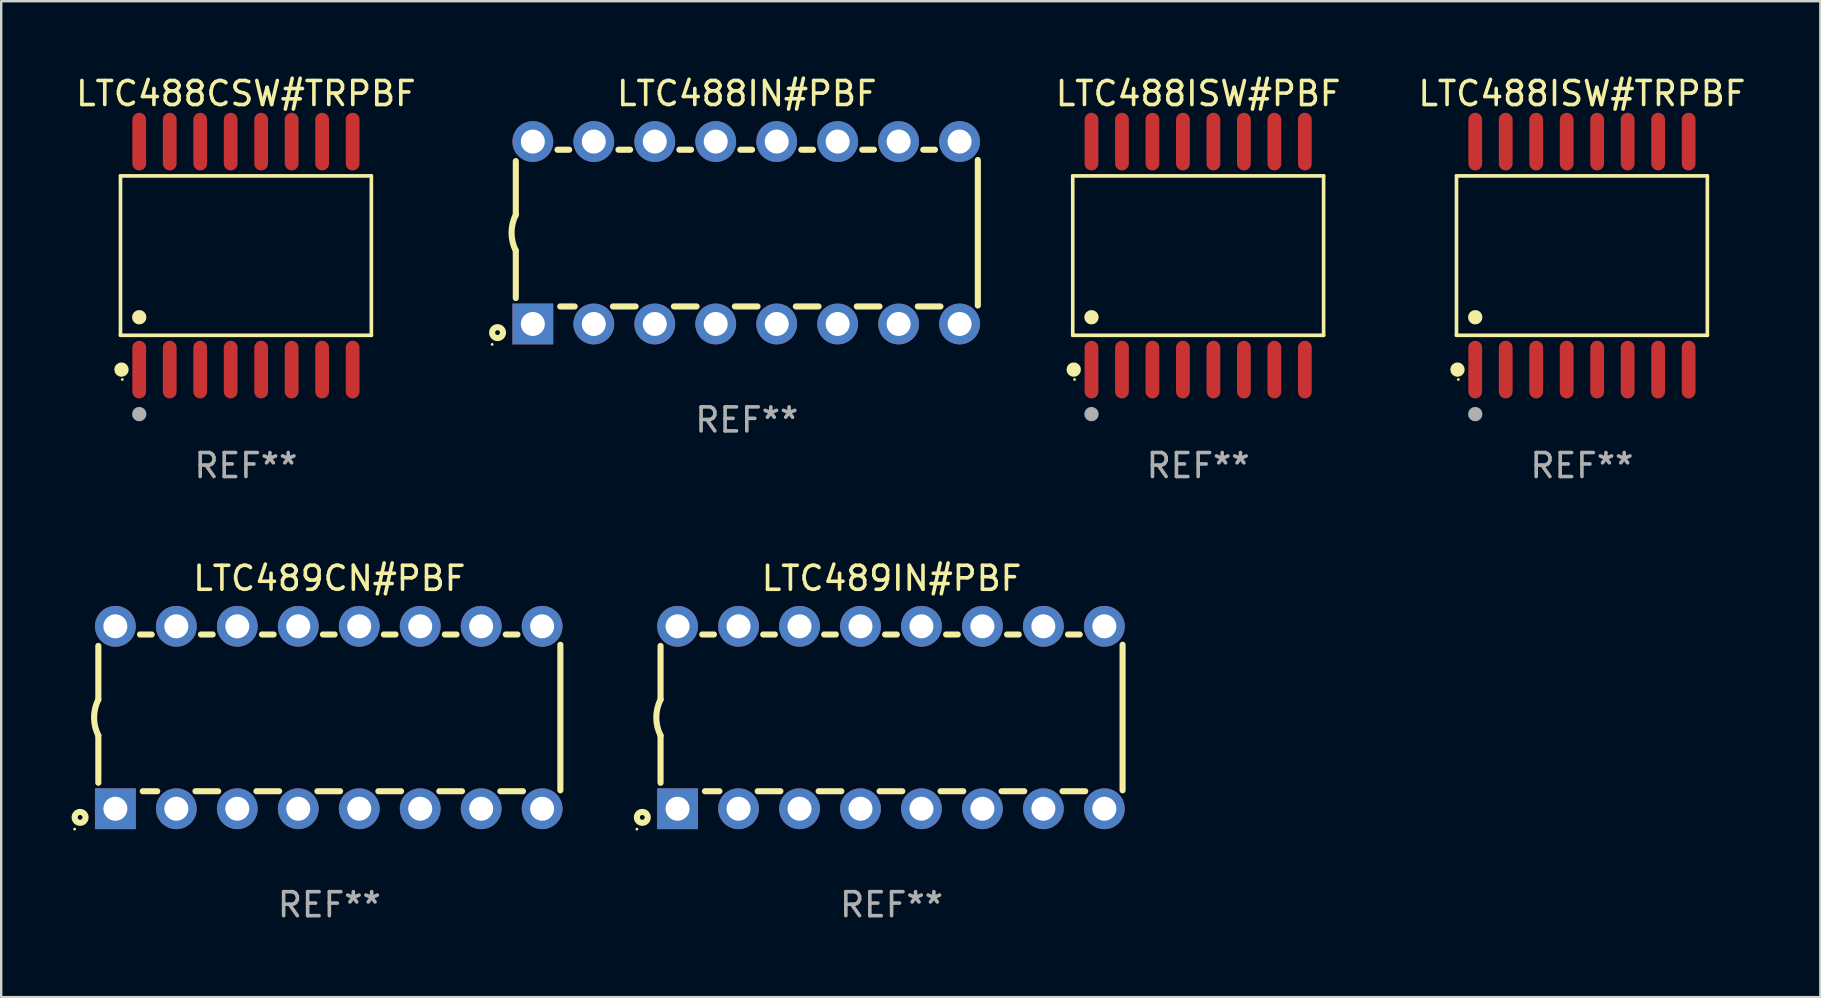
<source format=kicad_pcb>
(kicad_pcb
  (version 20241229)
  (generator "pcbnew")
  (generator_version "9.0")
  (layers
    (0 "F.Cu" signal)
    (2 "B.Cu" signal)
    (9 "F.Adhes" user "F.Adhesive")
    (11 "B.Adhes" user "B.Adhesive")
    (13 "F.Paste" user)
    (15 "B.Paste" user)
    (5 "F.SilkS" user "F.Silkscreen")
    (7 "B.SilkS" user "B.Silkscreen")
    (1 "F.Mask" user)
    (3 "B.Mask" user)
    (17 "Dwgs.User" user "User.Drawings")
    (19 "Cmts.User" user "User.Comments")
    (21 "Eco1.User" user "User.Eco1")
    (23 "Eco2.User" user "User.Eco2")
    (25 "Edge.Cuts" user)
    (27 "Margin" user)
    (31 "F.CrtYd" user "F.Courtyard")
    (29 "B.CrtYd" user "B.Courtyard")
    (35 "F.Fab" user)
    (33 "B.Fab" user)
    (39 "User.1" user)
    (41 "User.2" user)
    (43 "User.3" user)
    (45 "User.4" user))
  (footprint "LTC488ISW#PBF"
    (layer "F.Cu")
    (at 46.87 7.599)
    (property "Reference" "LTC488ISW#PBF" (at 0 -6.75 0) (layer "F.SilkS") (effects (font (size 1 1) (thickness 0.15))))
    (attr through_hole)
    (fp_line (start -5.226 -3.321) (end 5.226 -3.321) (stroke (width 0.152) (type solid)) (layer "F.SilkS"))
    (fp_line (start -5.226 3.321) (end -5.226 -3.321) (stroke (width 0.152) (type solid)) (layer "F.SilkS"))
    (fp_line (start 5.226 -3.321) (end 5.226 3.321) (stroke (width 0.152) (type solid)) (layer "F.SilkS"))
    (fp_line (start 5.226 3.321) (end -5.226 3.321) (stroke (width 0.152) (type solid)) (layer "F.SilkS"))
    (fp_circle (center -5.184 4.75) (end -5.034 4.75) (stroke (width 0.3) (type solid)) (fill no) (layer "F.SilkS"))
    (fp_circle (center -5.15 5.162) (end -5.12 5.162) (stroke (width 0.06) (type solid)) (fill no) (layer "F.SilkS"))
    (fp_circle (center -4.445 2.569) (end -4.295 2.569) (stroke (width 0.3) (type solid)) (fill no) (layer "F.SilkS"))
    (fp_circle (center -4.445 6.604) (end -4.295 6.604) (stroke (width 0.3) (type solid)) (fill no) (layer "F.Fab"))
    (fp_text user "REF**" (at 0 8.75 0) (layer "F.Fab") (effects (font (size 1 1) (thickness 0.15))))
    (pad "1" smd oval (at -4.445 4.75) (size 0.574 2.401) (layers "F.Cu" "F.Mask" "F.Paste"))
    (pad "2" smd oval (at -3.175 4.75) (size 0.574 2.401) (layers "F.Cu" "F.Mask" "F.Paste"))
    (pad "3" smd oval (at -1.905 4.75) (size 0.574 2.401) (layers "F.Cu" "F.Mask" "F.Paste"))
    (pad "4" smd oval (at -0.635 4.75) (size 0.574 2.401) (layers "F.Cu" "F.Mask" "F.Paste"))
    (pad "5" smd oval (at 0.635 4.75) (size 0.574 2.401) (layers "F.Cu" "F.Mask" "F.Paste"))
    (pad "6" smd oval (at 1.905 4.75) (size 0.574 2.401) (layers "F.Cu" "F.Mask" "F.Paste"))
    (pad "7" smd oval (at 3.175 4.75) (size 0.574 2.401) (layers "F.Cu" "F.Mask" "F.Paste"))
    (pad "8" smd oval (at 4.445 4.75) (size 0.574 2.401) (layers "F.Cu" "F.Mask" "F.Paste"))
    (pad "9" smd oval (at 4.445 -4.75) (size 0.574 2.401) (layers "F.Cu" "F.Mask" "F.Paste"))
    (pad "10" smd oval (at 3.175 -4.75) (size 0.574 2.401) (layers "F.Cu" "F.Mask" "F.Paste"))
    (pad "11" smd oval (at 1.905 -4.75) (size 0.574 2.401) (layers "F.Cu" "F.Mask" "F.Paste"))
    (pad "12" smd oval (at 0.635 -4.75) (size 0.574 2.401) (layers "F.Cu" "F.Mask" "F.Paste"))
    (pad "13" smd oval (at -0.635 -4.75) (size 0.574 2.401) (layers "F.Cu" "F.Mask" "F.Paste"))
    (pad "14" smd oval (at -1.905 -4.75) (size 0.574 2.401) (layers "F.Cu" "F.Mask" "F.Paste"))
    (pad "15" smd oval (at -3.175 -4.75) (size 0.574 2.401) (layers "F.Cu" "F.Mask" "F.Paste"))
    (pad "16" smd oval (at -4.445 -4.75) (size 0.574 2.401) (layers "F.Cu" "F.Mask" "F.Paste")))
  (footprint "LTC489IN#PBF"
    (layer "F.Cu")
    (at 34.096 26.845)
    (property "Reference" "LTC489IN#PBF" (at 0 -5.8 0) (layer "F.SilkS") (effects (font (size 1 1) (thickness 0.15))))
    (attr through_hole)
    (fp_line (start -9.625 -0.75) (end -9.625 -2.985) (stroke (width 0.254) (type solid)) (layer "F.SilkS"))
    (fp_line (start -9.625 0.749) (end -9.625 2.719) (stroke (width 0.254) (type solid)) (layer "F.SilkS"))
    (fp_line (start -7.889 -3.46) (end -7.401 -3.46) (stroke (width 0.254) (type solid)) (layer "F.SilkS"))
    (fp_line (start -7.775 3.07) (end -7.172 3.07) (stroke (width 0.254) (type solid)) (layer "F.SilkS"))
    (fp_line (start -5.578 3.07) (end -4.632 3.07) (stroke (width 0.254) (type solid)) (layer "F.SilkS"))
    (fp_line (start -5.349 -3.46) (end -4.861 -3.46) (stroke (width 0.254) (type solid)) (layer "F.SilkS"))
    (fp_line (start -3.038 3.07) (end -2.092 3.07) (stroke (width 0.254) (type solid)) (layer "F.SilkS"))
    (fp_line (start -2.809 -3.46) (end -2.321 -3.46) (stroke (width 0.254) (type solid)) (layer "F.SilkS"))
    (fp_line (start -0.498 3.07) (end 0.448 3.07) (stroke (width 0.254) (type solid)) (layer "F.SilkS"))
    (fp_line (start -0.269 -3.46) (end 0.219 -3.46) (stroke (width 0.254) (type solid)) (layer "F.SilkS"))
    (fp_line (start 2.042 3.07) (end 2.988 3.07) (stroke (width 0.254) (type solid)) (layer "F.SilkS"))
    (fp_line (start 2.271 -3.46) (end 2.759 -3.46) (stroke (width 0.254) (type solid)) (layer "F.SilkS"))
    (fp_line (start 4.582 3.07) (end 5.528 3.07) (stroke (width 0.254) (type solid)) (layer "F.SilkS"))
    (fp_line (start 4.811 -3.46) (end 5.299 -3.46) (stroke (width 0.254) (type solid)) (layer "F.SilkS"))
    (fp_line (start 7.122 3.07) (end 8.068 3.07) (stroke (width 0.254) (type solid)) (layer "F.SilkS"))
    (fp_line (start 7.351 -3.46) (end 7.839 -3.46) (stroke (width 0.254) (type solid)) (layer "F.SilkS"))
    (fp_line (start 9.625 3.032) (end 9.625 -3.032) (stroke (width 0.254) (type solid)) (layer "F.SilkS"))
    (fp_arc (start -9.62498 0.748819) (mid -9.801899 -0.000581) (end -9.625006 -0.749987) (stroke (width 0.254001) (type solid)) (layer "F.SilkS"))
    (fp_circle (center -10.612 4.65) (end -10.582 4.65) (stroke (width 0.06) (type solid)) (fill no) (layer "F.SilkS"))
    (fp_circle (center -10.385 4.16) (end -10.285 4.16) (stroke (width 0.254) (type solid)) (fill no) (layer "F.SilkS"))
    (fp_text user "REF**" (at 0 7.8 0) (layer "F.Fab") (effects (font (size 1 1) (thickness 0.15))))
    (pad "1" thru_hole rect (at -8.915 3.8 90) (size 1.7 1.7) (drill 1) (layers "*.Cu" "*.Mask"))
    (pad "2" thru_hole circle (at -6.375 3.8) (size 1.7 1.7) (drill 1) (layers "*.Cu" "*.Mask"))
    (pad "3" thru_hole circle (at -3.835 3.8) (size 1.7 1.7) (drill 1) (layers "*.Cu" "*.Mask"))
    (pad "4" thru_hole circle (at -1.295 3.8) (size 1.7 1.7) (drill 1) (layers "*.Cu" "*.Mask"))
    (pad "5" thru_hole circle (at 1.245 3.8) (size 1.7 1.7) (drill 1) (layers "*.Cu" "*.Mask"))
    (pad "6" thru_hole circle (at 3.785 3.8) (size 1.7 1.7) (drill 1) (layers "*.Cu" "*.Mask"))
    (pad "7" thru_hole circle (at 6.325 3.8) (size 1.7 1.7) (drill 1) (layers "*.Cu" "*.Mask"))
    (pad "8" thru_hole circle (at 8.865 3.8) (size 1.7 1.7) (drill 1) (layers "*.Cu" "*.Mask"))
    (pad "9" thru_hole circle (at 8.865 -3.8) (size 1.7 1.7) (drill 1) (layers "*.Cu" "*.Mask"))
    (pad "10" thru_hole circle (at 6.325 -3.8) (size 1.7 1.7) (drill 1) (layers "*.Cu" "*.Mask"))
    (pad "11" thru_hole circle (at 3.785 -3.8) (size 1.7 1.7) (drill 1) (layers "*.Cu" "*.Mask"))
    (pad "12" thru_hole circle (at 1.245 -3.8) (size 1.7 1.7) (drill 1) (layers "*.Cu" "*.Mask"))
    (pad "13" thru_hole circle (at -1.295 -3.8) (size 1.7 1.7) (drill 1) (layers "*.Cu" "*.Mask"))
    (pad "14" thru_hole circle (at -3.835 -3.8) (size 1.7 1.7) (drill 1) (layers "*.Cu" "*.Mask"))
    (pad "15" thru_hole circle (at -6.375 -3.8) (size 1.7 1.7) (drill 1) (layers "*.Cu" "*.Mask"))
    (pad "16" thru_hole circle (at -8.915 -3.8) (size 1.7 1.7) (drill 1) (layers "*.Cu" "*.Mask")))
  (footprint "LTC488CSW#TRPBF"
    (layer "F.Cu")
    (at 7.196 7.599)
    (property "Reference" "LTC488CSW#TRPBF" (at 0 -6.75 0) (layer "F.SilkS") (effects (font (size 1 1) (thickness 0.15))))
    (attr through_hole)
    (fp_line (start -5.226 -3.321) (end 5.226 -3.321) (stroke (width 0.152) (type solid)) (layer "F.SilkS"))
    (fp_line (start -5.226 3.321) (end -5.226 -3.321) (stroke (width 0.152) (type solid)) (layer "F.SilkS"))
    (fp_line (start 5.226 -3.321) (end 5.226 3.321) (stroke (width 0.152) (type solid)) (layer "F.SilkS"))
    (fp_line (start 5.226 3.321) (end -5.226 3.321) (stroke (width 0.152) (type solid)) (layer "F.SilkS"))
    (fp_circle (center -5.184 4.75) (end -5.034 4.75) (stroke (width 0.3) (type solid)) (fill no) (layer "F.SilkS"))
    (fp_circle (center -5.15 5.162) (end -5.12 5.162) (stroke (width 0.06) (type solid)) (fill no) (layer "F.SilkS"))
    (fp_circle (center -4.445 2.569) (end -4.295 2.569) (stroke (width 0.3) (type solid)) (fill no) (layer "F.SilkS"))
    (fp_circle (center -4.445 6.604) (end -4.295 6.604) (stroke (width 0.3) (type solid)) (fill no) (layer "F.Fab"))
    (fp_text user "REF**" (at 0 8.75 0) (layer "F.Fab") (effects (font (size 1 1) (thickness 0.15))))
    (pad "1" smd oval (at -4.445 4.75) (size 0.574 2.401) (layers "F.Cu" "F.Mask" "F.Paste"))
    (pad "2" smd oval (at -3.175 4.75) (size 0.574 2.401) (layers "F.Cu" "F.Mask" "F.Paste"))
    (pad "3" smd oval (at -1.905 4.75) (size 0.574 2.401) (layers "F.Cu" "F.Mask" "F.Paste"))
    (pad "4" smd oval (at -0.635 4.75) (size 0.574 2.401) (layers "F.Cu" "F.Mask" "F.Paste"))
    (pad "5" smd oval (at 0.635 4.75) (size 0.574 2.401) (layers "F.Cu" "F.Mask" "F.Paste"))
    (pad "6" smd oval (at 1.905 4.75) (size 0.574 2.401) (layers "F.Cu" "F.Mask" "F.Paste"))
    (pad "7" smd oval (at 3.175 4.75) (size 0.574 2.401) (layers "F.Cu" "F.Mask" "F.Paste"))
    (pad "8" smd oval (at 4.445 4.75) (size 0.574 2.401) (layers "F.Cu" "F.Mask" "F.Paste"))
    (pad "9" smd oval (at 4.445 -4.75) (size 0.574 2.401) (layers "F.Cu" "F.Mask" "F.Paste"))
    (pad "10" smd oval (at 3.175 -4.75) (size 0.574 2.401) (layers "F.Cu" "F.Mask" "F.Paste"))
    (pad "11" smd oval (at 1.905 -4.75) (size 0.574 2.401) (layers "F.Cu" "F.Mask" "F.Paste"))
    (pad "12" smd oval (at 0.635 -4.75) (size 0.574 2.401) (layers "F.Cu" "F.Mask" "F.Paste"))
    (pad "13" smd oval (at -0.635 -4.75) (size 0.574 2.401) (layers "F.Cu" "F.Mask" "F.Paste"))
    (pad "14" smd oval (at -1.905 -4.75) (size 0.574 2.401) (layers "F.Cu" "F.Mask" "F.Paste"))
    (pad "15" smd oval (at -3.175 -4.75) (size 0.574 2.401) (layers "F.Cu" "F.Mask" "F.Paste"))
    (pad "16" smd oval (at -4.445 -4.75) (size 0.574 2.401) (layers "F.Cu" "F.Mask" "F.Paste")))
  (footprint "LTC488ISW#TRPBF"
    (layer "F.Cu")
    (at 62.859 7.599)
    (property "Reference" "LTC488ISW#TRPBF" (at 0 -6.75 0) (layer "F.SilkS") (effects (font (size 1 1) (thickness 0.15))))
    (attr through_hole)
    (fp_line (start -5.226 -3.321) (end 5.226 -3.321) (stroke (width 0.152) (type solid)) (layer "F.SilkS"))
    (fp_line (start -5.226 3.321) (end -5.226 -3.321) (stroke (width 0.152) (type solid)) (layer "F.SilkS"))
    (fp_line (start 5.226 -3.321) (end 5.226 3.321) (stroke (width 0.152) (type solid)) (layer "F.SilkS"))
    (fp_line (start 5.226 3.321) (end -5.226 3.321) (stroke (width 0.152) (type solid)) (layer "F.SilkS"))
    (fp_circle (center -5.184 4.75) (end -5.034 4.75) (stroke (width 0.3) (type solid)) (fill no) (layer "F.SilkS"))
    (fp_circle (center -5.15 5.162) (end -5.12 5.162) (stroke (width 0.06) (type solid)) (fill no) (layer "F.SilkS"))
    (fp_circle (center -4.445 2.569) (end -4.295 2.569) (stroke (width 0.3) (type solid)) (fill no) (layer "F.SilkS"))
    (fp_circle (center -4.445 6.604) (end -4.295 6.604) (stroke (width 0.3) (type solid)) (fill no) (layer "F.Fab"))
    (fp_text user "REF**" (at 0 8.75 0) (layer "F.Fab") (effects (font (size 1 1) (thickness 0.15))))
    (pad "1" smd oval (at -4.445 4.75) (size 0.574 2.401) (layers "F.Cu" "F.Mask" "F.Paste"))
    (pad "2" smd oval (at -3.175 4.75) (size 0.574 2.401) (layers "F.Cu" "F.Mask" "F.Paste"))
    (pad "3" smd oval (at -1.905 4.75) (size 0.574 2.401) (layers "F.Cu" "F.Mask" "F.Paste"))
    (pad "4" smd oval (at -0.635 4.75) (size 0.574 2.401) (layers "F.Cu" "F.Mask" "F.Paste"))
    (pad "5" smd oval (at 0.635 4.75) (size 0.574 2.401) (layers "F.Cu" "F.Mask" "F.Paste"))
    (pad "6" smd oval (at 1.905 4.75) (size 0.574 2.401) (layers "F.Cu" "F.Mask" "F.Paste"))
    (pad "7" smd oval (at 3.175 4.75) (size 0.574 2.401) (layers "F.Cu" "F.Mask" "F.Paste"))
    (pad "8" smd oval (at 4.445 4.75) (size 0.574 2.401) (layers "F.Cu" "F.Mask" "F.Paste"))
    (pad "9" smd oval (at 4.445 -4.75) (size 0.574 2.401) (layers "F.Cu" "F.Mask" "F.Paste"))
    (pad "10" smd oval (at 3.175 -4.75) (size 0.574 2.401) (layers "F.Cu" "F.Mask" "F.Paste"))
    (pad "11" smd oval (at 1.905 -4.75) (size 0.574 2.401) (layers "F.Cu" "F.Mask" "F.Paste"))
    (pad "12" smd oval (at 0.635 -4.75) (size 0.574 2.401) (layers "F.Cu" "F.Mask" "F.Paste"))
    (pad "13" smd oval (at -0.635 -4.75) (size 0.574 2.401) (layers "F.Cu" "F.Mask" "F.Paste"))
    (pad "14" smd oval (at -1.905 -4.75) (size 0.574 2.401) (layers "F.Cu" "F.Mask" "F.Paste"))
    (pad "15" smd oval (at -3.175 -4.75) (size 0.574 2.401) (layers "F.Cu" "F.Mask" "F.Paste"))
    (pad "16" smd oval (at -4.445 -4.75) (size 0.574 2.401) (layers "F.Cu" "F.Mask" "F.Paste")))
  (footprint "LTC488IN#PBF"
    (layer "F.Cu")
    (at 28.065 6.648)
    (property "Reference" "LTC488IN#PBF" (at 0 -5.8 0) (layer "F.SilkS") (effects (font (size 1 1) (thickness 0.15))))
    (attr through_hole)
    (fp_line (start -9.625 -0.75) (end -9.625 -2.985) (stroke (width 0.254) (type solid)) (layer "F.SilkS"))
    (fp_line (start -9.625 0.749) (end -9.625 2.719) (stroke (width 0.254) (type solid)) (layer "F.SilkS"))
    (fp_line (start -7.889 -3.46) (end -7.401 -3.46) (stroke (width 0.254) (type solid)) (layer "F.SilkS"))
    (fp_line (start -7.775 3.07) (end -7.172 3.07) (stroke (width 0.254) (type solid)) (layer "F.SilkS"))
    (fp_line (start -5.578 3.07) (end -4.632 3.07) (stroke (width 0.254) (type solid)) (layer "F.SilkS"))
    (fp_line (start -5.349 -3.46) (end -4.861 -3.46) (stroke (width 0.254) (type solid)) (layer "F.SilkS"))
    (fp_line (start -3.038 3.07) (end -2.092 3.07) (stroke (width 0.254) (type solid)) (layer "F.SilkS"))
    (fp_line (start -2.809 -3.46) (end -2.321 -3.46) (stroke (width 0.254) (type solid)) (layer "F.SilkS"))
    (fp_line (start -0.498 3.07) (end 0.448 3.07) (stroke (width 0.254) (type solid)) (layer "F.SilkS"))
    (fp_line (start -0.269 -3.46) (end 0.219 -3.46) (stroke (width 0.254) (type solid)) (layer "F.SilkS"))
    (fp_line (start 2.042 3.07) (end 2.988 3.07) (stroke (width 0.254) (type solid)) (layer "F.SilkS"))
    (fp_line (start 2.271 -3.46) (end 2.759 -3.46) (stroke (width 0.254) (type solid)) (layer "F.SilkS"))
    (fp_line (start 4.582 3.07) (end 5.528 3.07) (stroke (width 0.254) (type solid)) (layer "F.SilkS"))
    (fp_line (start 4.811 -3.46) (end 5.299 -3.46) (stroke (width 0.254) (type solid)) (layer "F.SilkS"))
    (fp_line (start 7.122 3.07) (end 8.068 3.07) (stroke (width 0.254) (type solid)) (layer "F.SilkS"))
    (fp_line (start 7.351 -3.46) (end 7.839 -3.46) (stroke (width 0.254) (type solid)) (layer "F.SilkS"))
    (fp_line (start 9.625 3.032) (end 9.625 -3.032) (stroke (width 0.254) (type solid)) (layer "F.SilkS"))
    (fp_arc (start -9.62498 0.748819) (mid -9.801899 -0.000581) (end -9.625006 -0.749987) (stroke (width 0.254001) (type solid)) (layer "F.SilkS"))
    (fp_circle (center -10.612 4.65) (end -10.582 4.65) (stroke (width 0.06) (type solid)) (fill no) (layer "F.SilkS"))
    (fp_circle (center -10.385 4.16) (end -10.285 4.16) (stroke (width 0.254) (type solid)) (fill no) (layer "F.SilkS"))
    (fp_text user "REF**" (at 0 7.8 0) (layer "F.Fab") (effects (font (size 1 1) (thickness 0.15))))
    (pad "1" thru_hole rect (at -8.915 3.8 90) (size 1.7 1.7) (drill 1) (layers "*.Cu" "*.Mask"))
    (pad "2" thru_hole circle (at -6.375 3.8) (size 1.7 1.7) (drill 1) (layers "*.Cu" "*.Mask"))
    (pad "3" thru_hole circle (at -3.835 3.8) (size 1.7 1.7) (drill 1) (layers "*.Cu" "*.Mask"))
    (pad "4" thru_hole circle (at -1.295 3.8) (size 1.7 1.7) (drill 1) (layers "*.Cu" "*.Mask"))
    (pad "5" thru_hole circle (at 1.245 3.8) (size 1.7 1.7) (drill 1) (layers "*.Cu" "*.Mask"))
    (pad "6" thru_hole circle (at 3.785 3.8) (size 1.7 1.7) (drill 1) (layers "*.Cu" "*.Mask"))
    (pad "7" thru_hole circle (at 6.325 3.8) (size 1.7 1.7) (drill 1) (layers "*.Cu" "*.Mask"))
    (pad "8" thru_hole circle (at 8.865 3.8) (size 1.7 1.7) (drill 1) (layers "*.Cu" "*.Mask"))
    (pad "9" thru_hole circle (at 8.865 -3.8) (size 1.7 1.7) (drill 1) (layers "*.Cu" "*.Mask"))
    (pad "10" thru_hole circle (at 6.325 -3.8) (size 1.7 1.7) (drill 1) (layers "*.Cu" "*.Mask"))
    (pad "11" thru_hole circle (at 3.785 -3.8) (size 1.7 1.7) (drill 1) (layers "*.Cu" "*.Mask"))
    (pad "12" thru_hole circle (at 1.245 -3.8) (size 1.7 1.7) (drill 1) (layers "*.Cu" "*.Mask"))
    (pad "13" thru_hole circle (at -1.295 -3.8) (size 1.7 1.7) (drill 1) (layers "*.Cu" "*.Mask"))
    (pad "14" thru_hole circle (at -3.835 -3.8) (size 1.7 1.7) (drill 1) (layers "*.Cu" "*.Mask"))
    (pad "15" thru_hole circle (at -6.375 -3.8) (size 1.7 1.7) (drill 1) (layers "*.Cu" "*.Mask"))
    (pad "16" thru_hole circle (at -8.915 -3.8) (size 1.7 1.7) (drill 1) (layers "*.Cu" "*.Mask")))
  (footprint "LTC489CN#PBF"
    (layer "F.Cu")
    (at 10.672 26.845)
    (property "Reference" "LTC489CN#PBF" (at 0 -5.8 0) (layer "F.SilkS") (effects (font (size 1 1) (thickness 0.15))))
    (attr through_hole)
    (fp_line (start -9.625 -0.75) (end -9.625 -2.985) (stroke (width 0.254) (type solid)) (layer "F.SilkS"))
    (fp_line (start -9.625 0.749) (end -9.625 2.719) (stroke (width 0.254) (type solid)) (layer "F.SilkS"))
    (fp_line (start -7.889 -3.46) (end -7.401 -3.46) (stroke (width 0.254) (type solid)) (layer "F.SilkS"))
    (fp_line (start -7.775 3.07) (end -7.172 3.07) (stroke (width 0.254) (type solid)) (layer "F.SilkS"))
    (fp_line (start -5.578 3.07) (end -4.632 3.07) (stroke (width 0.254) (type solid)) (layer "F.SilkS"))
    (fp_line (start -5.349 -3.46) (end -4.861 -3.46) (stroke (width 0.254) (type solid)) (layer "F.SilkS"))
    (fp_line (start -3.038 3.07) (end -2.092 3.07) (stroke (width 0.254) (type solid)) (layer "F.SilkS"))
    (fp_line (start -2.809 -3.46) (end -2.321 -3.46) (stroke (width 0.254) (type solid)) (layer "F.SilkS"))
    (fp_line (start -0.498 3.07) (end 0.448 3.07) (stroke (width 0.254) (type solid)) (layer "F.SilkS"))
    (fp_line (start -0.269 -3.46) (end 0.219 -3.46) (stroke (width 0.254) (type solid)) (layer "F.SilkS"))
    (fp_line (start 2.042 3.07) (end 2.988 3.07) (stroke (width 0.254) (type solid)) (layer "F.SilkS"))
    (fp_line (start 2.271 -3.46) (end 2.759 -3.46) (stroke (width 0.254) (type solid)) (layer "F.SilkS"))
    (fp_line (start 4.582 3.07) (end 5.528 3.07) (stroke (width 0.254) (type solid)) (layer "F.SilkS"))
    (fp_line (start 4.811 -3.46) (end 5.299 -3.46) (stroke (width 0.254) (type solid)) (layer "F.SilkS"))
    (fp_line (start 7.122 3.07) (end 8.068 3.07) (stroke (width 0.254) (type solid)) (layer "F.SilkS"))
    (fp_line (start 7.351 -3.46) (end 7.839 -3.46) (stroke (width 0.254) (type solid)) (layer "F.SilkS"))
    (fp_line (start 9.625 3.032) (end 9.625 -3.032) (stroke (width 0.254) (type solid)) (layer "F.SilkS"))
    (fp_arc (start -9.62498 0.748819) (mid -9.801899 -0.000581) (end -9.625006 -0.749987) (stroke (width 0.254001) (type solid)) (layer "F.SilkS"))
    (fp_circle (center -10.612 4.65) (end -10.582 4.65) (stroke (width 0.06) (type solid)) (fill no) (layer "F.SilkS"))
    (fp_circle (center -10.385 4.16) (end -10.285 4.16) (stroke (width 0.254) (type solid)) (fill no) (layer "F.SilkS"))
    (fp_text user "REF**" (at 0 7.8 0) (layer "F.Fab") (effects (font (size 1 1) (thickness 0.15))))
    (pad "1" thru_hole rect (at -8.915 3.8 90) (size 1.7 1.7) (drill 1) (layers "*.Cu" "*.Mask"))
    (pad "2" thru_hole circle (at -6.375 3.8) (size 1.7 1.7) (drill 1) (layers "*.Cu" "*.Mask"))
    (pad "3" thru_hole circle (at -3.835 3.8) (size 1.7 1.7) (drill 1) (layers "*.Cu" "*.Mask"))
    (pad "4" thru_hole circle (at -1.295 3.8) (size 1.7 1.7) (drill 1) (layers "*.Cu" "*.Mask"))
    (pad "5" thru_hole circle (at 1.245 3.8) (size 1.7 1.7) (drill 1) (layers "*.Cu" "*.Mask"))
    (pad "6" thru_hole circle (at 3.785 3.8) (size 1.7 1.7) (drill 1) (layers "*.Cu" "*.Mask"))
    (pad "7" thru_hole circle (at 6.325 3.8) (size 1.7 1.7) (drill 1) (layers "*.Cu" "*.Mask"))
    (pad "8" thru_hole circle (at 8.865 3.8) (size 1.7 1.7) (drill 1) (layers "*.Cu" "*.Mask"))
    (pad "9" thru_hole circle (at 8.865 -3.8) (size 1.7 1.7) (drill 1) (layers "*.Cu" "*.Mask"))
    (pad "10" thru_hole circle (at 6.325 -3.8) (size 1.7 1.7) (drill 1) (layers "*.Cu" "*.Mask"))
    (pad "11" thru_hole circle (at 3.785 -3.8) (size 1.7 1.7) (drill 1) (layers "*.Cu" "*.Mask"))
    (pad "12" thru_hole circle (at 1.245 -3.8) (size 1.7 1.7) (drill 1) (layers "*.Cu" "*.Mask"))
    (pad "13" thru_hole circle (at -1.295 -3.8) (size 1.7 1.7) (drill 1) (layers "*.Cu" "*.Mask"))
    (pad "14" thru_hole circle (at -3.835 -3.8) (size 1.7 1.7) (drill 1) (layers "*.Cu" "*.Mask"))
    (pad "15" thru_hole circle (at -6.375 -3.8) (size 1.7 1.7) (drill 1) (layers "*.Cu" "*.Mask"))
    (pad "16" thru_hole circle (at -8.915 -3.8) (size 1.7 1.7) (drill 1) (layers "*.Cu" "*.Mask")))
  (gr_rect
    (start -3 -3)
    (end 72.793 38.494)
    (stroke (width 0.1) (type default))
    (fill no)
    (layer "Edge.Cuts")))
</source>
